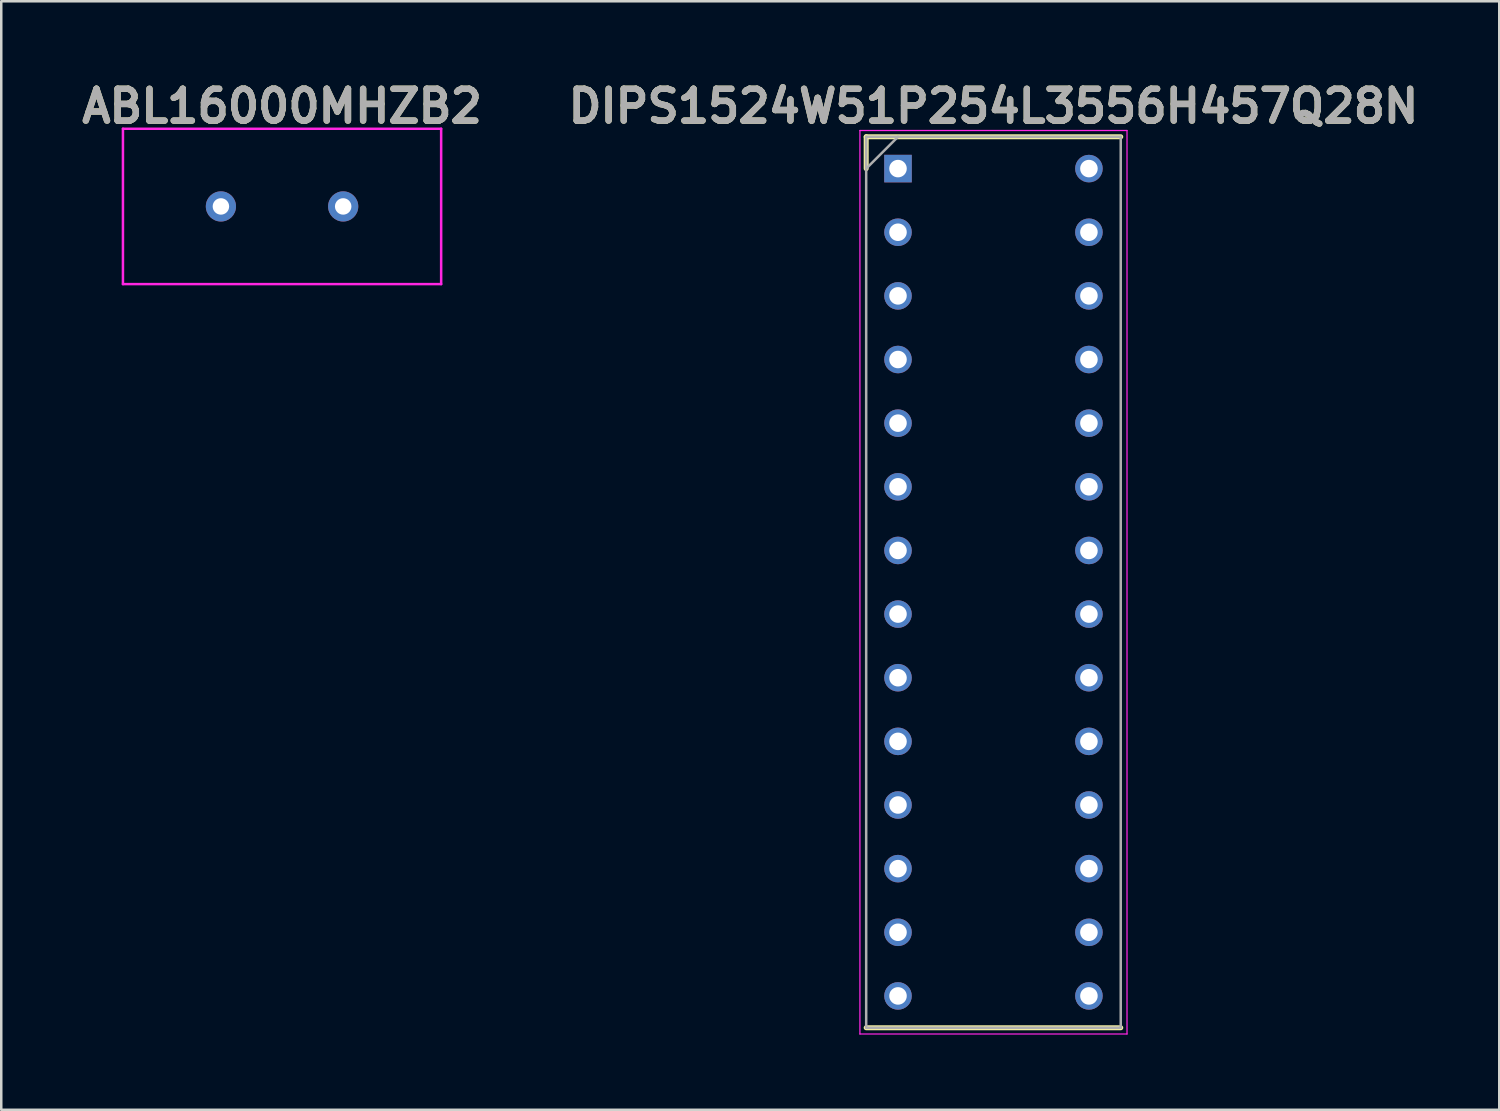
<source format=kicad_pcb>
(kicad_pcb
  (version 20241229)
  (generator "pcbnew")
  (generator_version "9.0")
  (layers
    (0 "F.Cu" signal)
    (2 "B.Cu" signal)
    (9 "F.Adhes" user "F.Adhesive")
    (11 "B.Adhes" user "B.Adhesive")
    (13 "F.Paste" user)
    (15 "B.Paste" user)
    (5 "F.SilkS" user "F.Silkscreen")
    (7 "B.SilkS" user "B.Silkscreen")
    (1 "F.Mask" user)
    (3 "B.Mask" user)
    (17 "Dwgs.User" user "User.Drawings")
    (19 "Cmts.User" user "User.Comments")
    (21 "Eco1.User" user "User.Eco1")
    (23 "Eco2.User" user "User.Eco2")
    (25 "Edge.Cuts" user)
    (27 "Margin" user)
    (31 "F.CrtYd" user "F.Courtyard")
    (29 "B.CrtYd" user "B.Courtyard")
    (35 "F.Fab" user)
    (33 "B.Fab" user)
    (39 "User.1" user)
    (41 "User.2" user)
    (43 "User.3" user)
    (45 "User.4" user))
  (footprint "DIPS1524W51P254L3556H457Q28N"
    (layer "F.Cu")
    (at 36.601 20.189)
    (property "Reference" "DIPS1524W51P254L3556H457Q28N" (at 0 -19 0) (layer "F.SilkS") (effects (font (size 1.27 1.27) (thickness 0.254))))
    (attr through_hole)
    (fp_line (start -5.08 -17.78) (end -5.08 -16.51) (stroke (width 0.2) (type solid)) (layer "F.SilkS"))
    (fp_line (start -5.08 17.78) (end 5.08 17.78) (stroke (width 0.2) (type solid)) (layer "F.SilkS"))
    (fp_line (start 5.08 -17.78) (end -5.08 -17.78) (stroke (width 0.2) (type solid)) (layer "F.SilkS"))
    (fp_line (start -5.33 -18.03) (end 5.33 -18.03) (stroke (width 0.05) (type solid)) (layer "F.CrtYd"))
    (fp_line (start -5.33 18.03) (end -5.33 -18.03) (stroke (width 0.05) (type solid)) (layer "F.CrtYd"))
    (fp_line (start 5.33 -18.03) (end 5.33 18.03) (stroke (width 0.05) (type solid)) (layer "F.CrtYd"))
    (fp_line (start 5.33 18.03) (end -5.33 18.03) (stroke (width 0.05) (type solid)) (layer "F.CrtYd"))
    (fp_line (start -5.08 -17.78) (end 5.08 -17.78) (stroke (width 0.1) (type solid)) (layer "F.Fab"))
    (fp_line (start -5.08 -16.51) (end -3.81 -17.78) (stroke (width 0.1) (type solid)) (layer "F.Fab"))
    (fp_line (start -5.08 17.78) (end -5.08 -17.78) (stroke (width 0.1) (type solid)) (layer "F.Fab"))
    (fp_line (start 5.08 -17.78) (end 5.08 17.78) (stroke (width 0.1) (type solid)) (layer "F.Fab"))
    (fp_line (start 5.08 17.78) (end -5.08 17.78) (stroke (width 0.1) (type solid)) (layer "F.Fab"))
    (fp_text user "${REFERENCE}" (at 0 -19 0) (layer "F.Fab") (effects (font (size 1.27 1.27) (thickness 0.254))))
    (pad "1" thru_hole rect (at -3.81 -16.51) (size 1.1 1.1) (drill 0.7) (layers "*.Cu" "*.Mask"))
    (pad "2" thru_hole circle (at -3.81 -13.97) (size 1.1 1.1) (drill 0.7) (layers "*.Cu" "*.Mask"))
    (pad "3" thru_hole circle (at -3.81 -11.43) (size 1.1 1.1) (drill 0.7) (layers "*.Cu" "*.Mask"))
    (pad "4" thru_hole circle (at -3.81 -8.89) (size 1.1 1.1) (drill 0.7) (layers "*.Cu" "*.Mask"))
    (pad "5" thru_hole circle (at -3.81 -6.35) (size 1.1 1.1) (drill 0.7) (layers "*.Cu" "*.Mask"))
    (pad "6" thru_hole circle (at -3.81 -3.81) (size 1.1 1.1) (drill 0.7) (layers "*.Cu" "*.Mask"))
    (pad "7" thru_hole circle (at -3.81 -1.27) (size 1.1 1.1) (drill 0.7) (layers "*.Cu" "*.Mask"))
    (pad "8" thru_hole circle (at -3.81 1.27) (size 1.1 1.1) (drill 0.7) (layers "*.Cu" "*.Mask"))
    (pad "9" thru_hole circle (at -3.81 3.81) (size 1.1 1.1) (drill 0.7) (layers "*.Cu" "*.Mask"))
    (pad "10" thru_hole circle (at -3.81 6.35) (size 1.1 1.1) (drill 0.7) (layers "*.Cu" "*.Mask"))
    (pad "11" thru_hole circle (at -3.81 8.89) (size 1.1 1.1) (drill 0.7) (layers "*.Cu" "*.Mask"))
    (pad "12" thru_hole circle (at -3.81 11.43) (size 1.1 1.1) (drill 0.7) (layers "*.Cu" "*.Mask"))
    (pad "13" thru_hole circle (at -3.81 13.97) (size 1.1 1.1) (drill 0.7) (layers "*.Cu" "*.Mask"))
    (pad "14" thru_hole circle (at -3.81 16.51) (size 1.1 1.1) (drill 0.7) (layers "*.Cu" "*.Mask"))
    (pad "15" thru_hole circle (at 3.81 16.51) (size 1.1 1.1) (drill 0.7) (layers "*.Cu" "*.Mask"))
    (pad "16" thru_hole circle (at 3.81 13.97) (size 1.1 1.1) (drill 0.7) (layers "*.Cu" "*.Mask"))
    (pad "17" thru_hole circle (at 3.81 11.43) (size 1.1 1.1) (drill 0.7) (layers "*.Cu" "*.Mask"))
    (pad "18" thru_hole circle (at 3.81 8.89) (size 1.1 1.1) (drill 0.7) (layers "*.Cu" "*.Mask"))
    (pad "19" thru_hole circle (at 3.81 6.35) (size 1.1 1.1) (drill 0.7) (layers "*.Cu" "*.Mask"))
    (pad "20" thru_hole circle (at 3.81 3.81) (size 1.1 1.1) (drill 0.7) (layers "*.Cu" "*.Mask"))
    (pad "21" thru_hole circle (at 3.81 1.27) (size 1.1 1.1) (drill 0.7) (layers "*.Cu" "*.Mask"))
    (pad "22" thru_hole circle (at 3.81 -1.27) (size 1.1 1.1) (drill 0.7) (layers "*.Cu" "*.Mask"))
    (pad "23" thru_hole circle (at 3.81 -3.81) (size 1.1 1.1) (drill 0.7) (layers "*.Cu" "*.Mask"))
    (pad "24" thru_hole circle (at 3.81 -6.35) (size 1.1 1.1) (drill 0.7) (layers "*.Cu" "*.Mask"))
    (pad "25" thru_hole circle (at 3.81 -8.89) (size 1.1 1.1) (drill 0.7) (layers "*.Cu" "*.Mask"))
    (pad "26" thru_hole circle (at 3.81 -11.43) (size 1.1 1.1) (drill 0.7) (layers "*.Cu" "*.Mask"))
    (pad "27" thru_hole circle (at 3.81 -13.97) (size 1.1 1.1) (drill 0.7) (layers "*.Cu" "*.Mask"))
    (pad "28" thru_hole circle (at 3.81 -16.51) (size 1.1 1.1) (drill 0.7) (layers "*.Cu" "*.Mask")))
  (footprint "ABL16000MHZB2"
    (layer "F.Cu")
    (at 8.207 5.189)
    (property "Reference" "ABL16000MHZB2" (at 0 -4 0) (layer "F.SilkS") (effects (font (size 1.27 1.27) (thickness 0.254))))
    (attr through_hole)
    (fp_line (start -6.35 -3.1) (end 6.35 -3.1) (stroke (width 0.1) (type solid)) (layer "F.CrtYd"))
    (fp_line (start -6.35 3.1) (end -6.35 -3.1) (stroke (width 0.1) (type solid)) (layer "F.CrtYd"))
    (fp_line (start 6.35 -3.1) (end 6.35 3.1) (stroke (width 0.1) (type solid)) (layer "F.CrtYd"))
    (fp_line (start 6.35 3.1) (end -6.35 3.1) (stroke (width 0.1) (type solid)) (layer "F.CrtYd"))
    (fp_text user "${REFERENCE}" (at 0 -4 0) (layer "F.Fab") (effects (font (size 1.27 1.27) (thickness 0.254))))
    (pad "1" thru_hole circle (at -2.44 0) (size 1.205 1.205) (drill 0.657) (layers "*.Cu" "*.Mask"))
    (pad "2" thru_hole circle (at 2.44 0) (size 1.205 1.205) (drill 0.657) (layers "*.Cu" "*.Mask")))
  (gr_rect
    (start -3 -3)
    (end 56.788 41.244)
    (stroke (width 0.1) (type default))
    (fill no)
    (layer "Edge.Cuts")))
</source>
